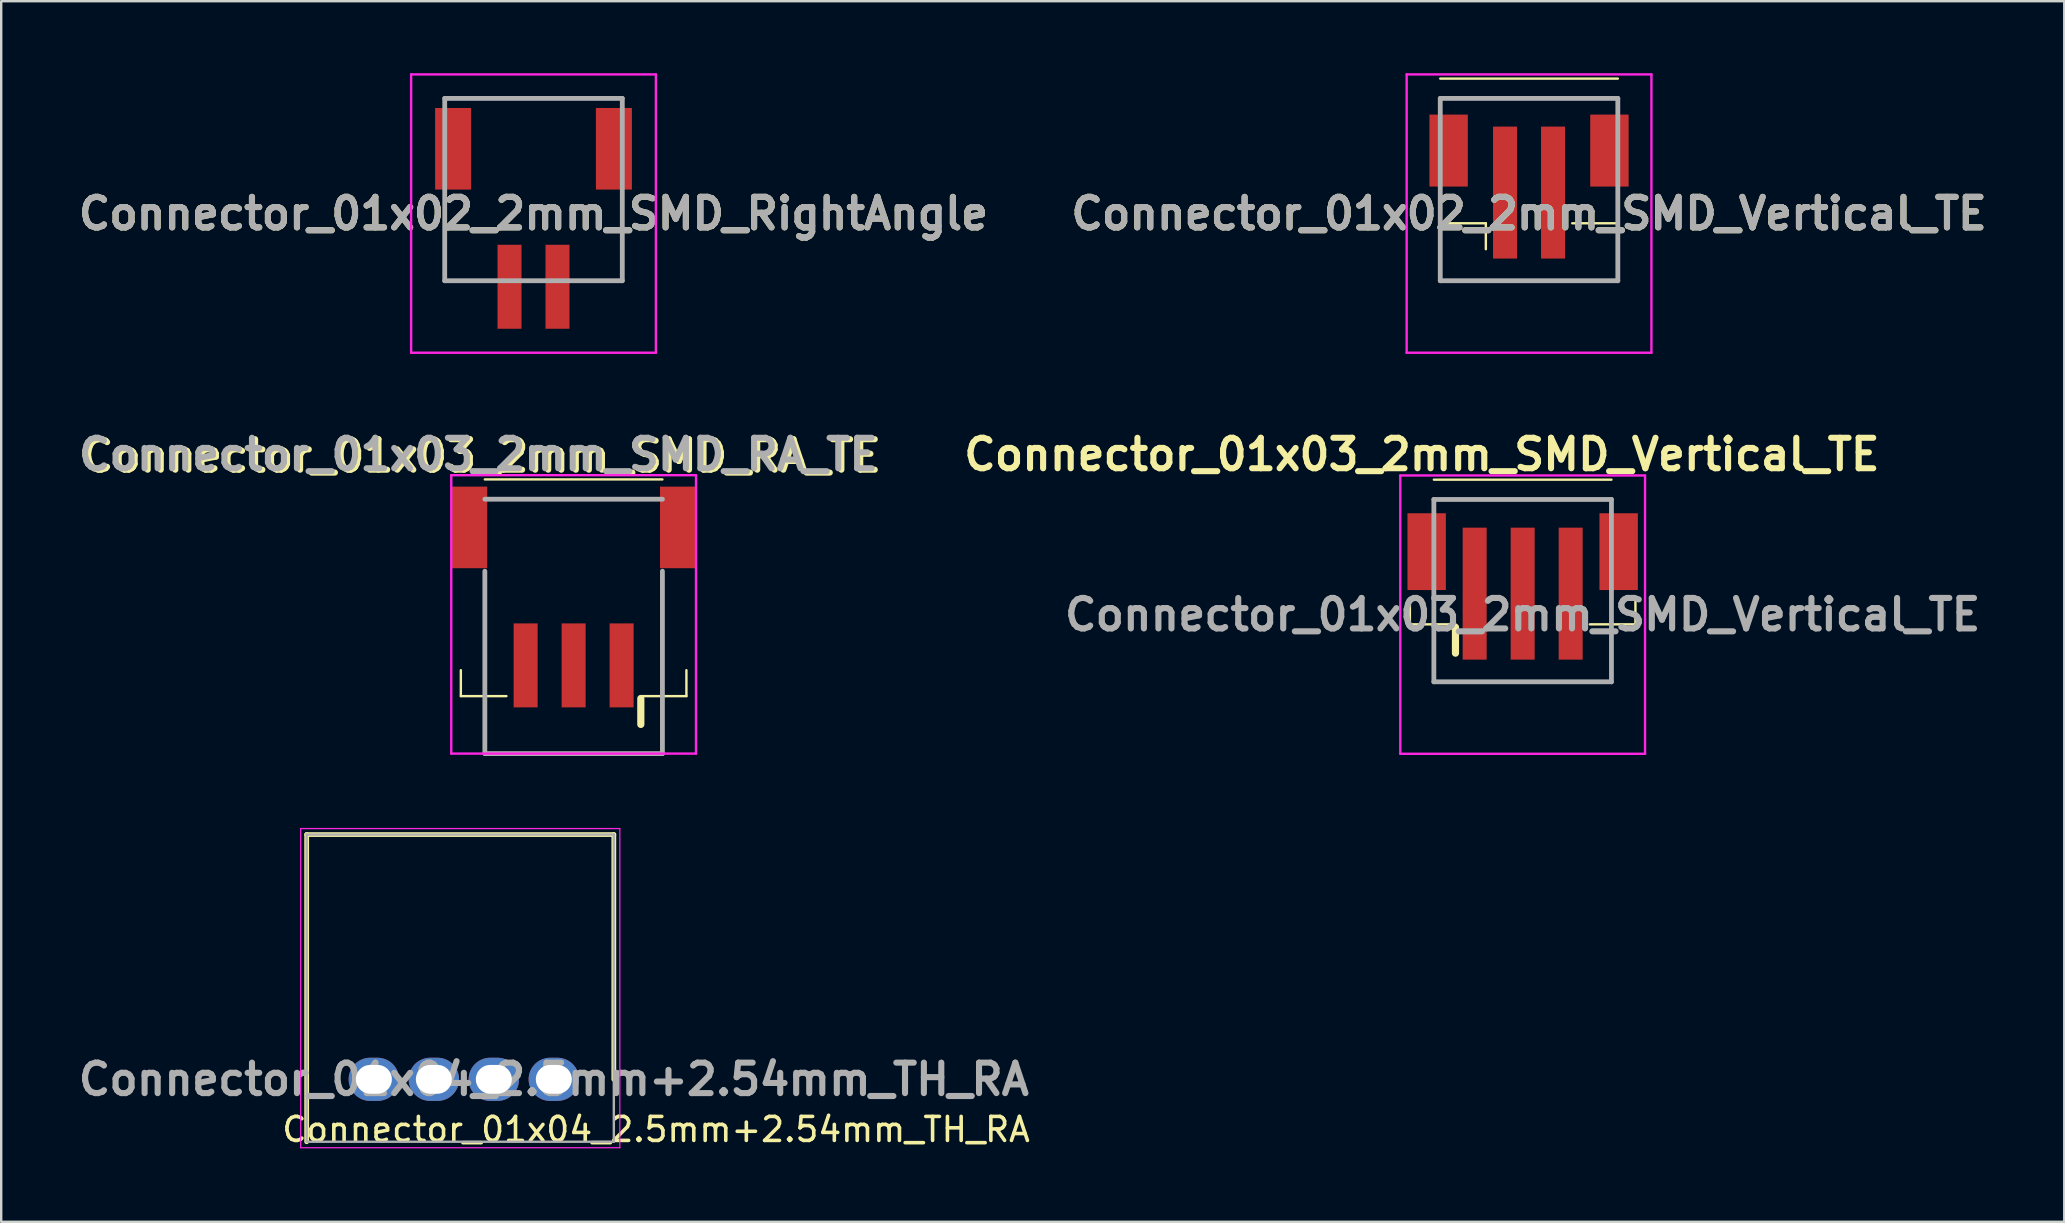
<source format=kicad_pcb>
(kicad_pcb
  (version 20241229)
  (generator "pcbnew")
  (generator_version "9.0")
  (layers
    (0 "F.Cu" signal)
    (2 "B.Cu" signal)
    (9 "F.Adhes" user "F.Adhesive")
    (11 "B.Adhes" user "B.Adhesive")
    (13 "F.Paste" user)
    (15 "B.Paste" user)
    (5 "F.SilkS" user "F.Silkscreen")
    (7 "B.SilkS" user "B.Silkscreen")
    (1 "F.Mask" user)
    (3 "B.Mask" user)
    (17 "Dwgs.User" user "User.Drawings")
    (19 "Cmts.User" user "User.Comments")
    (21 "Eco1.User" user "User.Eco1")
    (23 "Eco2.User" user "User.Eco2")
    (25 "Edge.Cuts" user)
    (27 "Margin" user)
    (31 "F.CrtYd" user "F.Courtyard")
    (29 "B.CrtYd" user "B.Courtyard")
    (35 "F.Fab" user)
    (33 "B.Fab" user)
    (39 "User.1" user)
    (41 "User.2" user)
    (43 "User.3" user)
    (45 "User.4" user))
  (footprint "Connector_01x02_2mm_SMD_RightAngle"
    (layer "F.Cu")
    (at 19.183 4.975)
    (property "Reference" "Connector_01x02_2mm_SMD_RightAngle" (at 0 0.875 0) (layer "F.SilkS") (effects (font (size 1.27 1.27) (thickness 0.254))))
    (attr smd)
    (fp_line (start -3.7 -3.925) (end 3.7 -3.925) (stroke (width 0.1) (type solid)) (layer "F.SilkS"))
    (fp_line (start -3.7 0.2) (end -3.7 3.675) (stroke (width 0.1) (type solid)) (layer "F.SilkS"))
    (fp_line (start -3.7 3.675) (end -1.8 3.675) (stroke (width 0.1) (type solid)) (layer "F.SilkS"))
    (fp_line (start 1.8 3.675) (end 3.7 3.675) (stroke (width 0.1) (type solid)) (layer "F.SilkS"))
    (fp_line (start 3.7 3.675) (end 3.7 0.2) (stroke (width 0.1) (type solid)) (layer "F.SilkS"))
    (fp_line (start -5.1 -4.925) (end 5.1 -4.925) (stroke (width 0.1) (type solid)) (layer "F.CrtYd"))
    (fp_line (start -5.1 6.675) (end -5.1 -4.925) (stroke (width 0.1) (type solid)) (layer "F.CrtYd"))
    (fp_line (start 5.1 -4.925) (end 5.1 6.675) (stroke (width 0.1) (type solid)) (layer "F.CrtYd"))
    (fp_line (start 5.1 6.675) (end -5.1 6.675) (stroke (width 0.1) (type solid)) (layer "F.CrtYd"))
    (fp_line (start -3.7 -3.925) (end 3.7 -3.925) (stroke (width 0.2) (type solid)) (layer "F.Fab"))
    (fp_line (start -3.7 3.675) (end -3.7 -3.925) (stroke (width 0.2) (type solid)) (layer "F.Fab"))
    (fp_line (start 3.7 -3.925) (end 3.7 3.675) (stroke (width 0.2) (type solid)) (layer "F.Fab"))
    (fp_line (start 3.7 3.675) (end -3.7 3.675) (stroke (width 0.2) (type solid)) (layer "F.Fab"))
    (fp_text user "${REFERENCE}" (at 0 0.875 0) (layer "F.Fab") (effects (font (size 1.27 1.27) (thickness 0.254))))
    (pad "1" smd rect (at -1 3.925) (size 1 3.5) (layers "F.Cu" "F.Mask" "F.Paste"))
    (pad "2" smd rect (at 1 3.925) (size 1 3.5) (layers "F.Cu" "F.Mask" "F.Paste"))
    (pad "MP" smd rect (at -3.35 -1.825) (size 1.5 3.4) (layers "F.Cu" "F.Mask" "F.Paste"))
    (pad "MP" smd rect (at 3.35 -1.825) (size 1.5 3.4) (layers "F.Cu" "F.Mask" "F.Paste")))
  (footprint "Connector_01x03_2mm_SMD_RA_TE"
    (layer "F.Cu")
    (at 20.855 24.679)
    (property "Reference" "Connector_01x03_2mm_SMD_RA_TE" (at -3.84 -8.73 0) (layer "F.SilkS") (effects (font (size 1.27 1.27) (thickness 0.254))))
    (attr smd)
    (fp_line (start -4.7 0.2) (end -4.7 1.28) (stroke (width 0.1) (type solid)) (layer "F.SilkS"))
    (fp_line (start -4.7 1.28) (end -2.8 1.28) (stroke (width 0.1) (type solid)) (layer "F.SilkS"))
    (fp_line (start -3.7 -7.75) (end 3.7 -7.75) (stroke (width 0.1) (type solid)) (layer "F.SilkS"))
    (fp_line (start 2.8 1.28) (end 4.7 1.28) (stroke (width 0.1) (type solid)) (layer "F.SilkS"))
    (fp_line (start 2.8 2.46) (end 2.8 1.38) (stroke (width 0.3) (type solid)) (layer "F.SilkS"))
    (fp_line (start 4.7 1.28) (end 4.7 0.2) (stroke (width 0.1) (type solid)) (layer "F.SilkS"))
    (fp_line (start -5.1 -7.925) (end 5.1 -7.925) (stroke (width 0.1) (type solid)) (layer "F.CrtYd"))
    (fp_line (start -5.1 3.675) (end -5.1 -7.925) (stroke (width 0.1) (type solid)) (layer "F.CrtYd"))
    (fp_line (start 5.1 -7.925) (end 5.1 3.675) (stroke (width 0.1) (type solid)) (layer "F.CrtYd"))
    (fp_line (start 5.1 3.675) (end -5.1 3.675) (stroke (width 0.1) (type solid)) (layer "F.CrtYd"))
    (fp_line (start -3.7 -6.925) (end 3.7 -6.925) (stroke (width 0.2) (type solid)) (layer "F.Fab"))
    (fp_line (start -3.7 3.675) (end -3.7 -3.925) (stroke (width 0.2) (type solid)) (layer "F.Fab"))
    (fp_line (start 3.7 -3.925) (end 3.7 3.675) (stroke (width 0.2) (type solid)) (layer "F.Fab"))
    (fp_line (start 3.7 3.675) (end -3.7 3.675) (stroke (width 0.2) (type solid)) (layer "F.Fab"))
    (fp_text user "${REFERENCE}" (at -3.97 -8.79 0) (layer "F.Fab") (effects (font (size 1.27 1.27) (thickness 0.254))))
    (pad "1" smd rect (at 2 0) (size 1 3.5) (layers "F.Cu" "F.Mask" "F.Paste"))
    (pad "2" smd rect (at 0 0) (size 1 3.5) (layers "F.Cu" "F.Mask" "F.Paste"))
    (pad "3" smd rect (at -2 0) (size 1 3.5) (layers "F.Cu" "F.Mask" "F.Paste"))
    (pad "MP" smd rect (at -4.35 -5.75) (size 1.5 3.4) (layers "F.Cu" "F.Mask" "F.Paste"))
    (pad "MP" smd rect (at 4.35 -5.75) (size 1.5 3.4) (layers "F.Cu" "F.Mask" "F.Paste")))
  (footprint "Connector_01x04_2.5mm+2.54mm_TH_RA"
    (layer "F.Cu")
    (at 20.03 41.929)
    (property "Reference" "Connector_01x04_2.5mm+2.54mm_TH_RA" (at 4.26 2.09 0) (layer "F.SilkS") (effects (font (size 1 1) (thickness 0.15))))
    (attr through_hole)
    (fp_line (start -10.3 -10.2) (end -10.3 2.6) (stroke (width 0.2) (type solid)) (layer "F.SilkS"))
    (fp_line (start 2.5 -10.2) (end -10.3 -10.2) (stroke (width 0.2) (type solid)) (layer "F.SilkS"))
    (fp_line (start 2.5 0) (end 2.5 -10.2) (stroke (width 0.2) (type solid)) (layer "F.SilkS"))
    (fp_line (start -10.55 -10.45) (end 2.75 -10.45) (stroke (width 0.05) (type solid)) (layer "F.CrtYd"))
    (fp_line (start -10.55 2.85) (end -10.55 -10.45) (stroke (width 0.05) (type solid)) (layer "F.CrtYd"))
    (fp_line (start 2.75 -10.45) (end 2.75 2.85) (stroke (width 0.05) (type solid)) (layer "F.CrtYd"))
    (fp_line (start 2.75 2.85) (end -10.55 2.85) (stroke (width 0.05) (type solid)) (layer "F.CrtYd"))
    (fp_line (start -10.3 -10.2) (end 2.5 -10.2) (stroke (width 0.1) (type solid)) (layer "F.Fab"))
    (fp_line (start -10.3 2.6) (end -10.3 -10.2) (stroke (width 0.1) (type solid)) (layer "F.Fab"))
    (fp_line (start 2.5 -10.2) (end 2.5 2.6) (stroke (width 0.1) (type solid)) (layer "F.Fab"))
    (fp_line (start 2.5 2.6) (end -10.3 2.6) (stroke (width 0.1) (type solid)) (layer "F.Fab"))
    (fp_text user "${REFERENCE}" (at 0 0 0) (layer "F.Fab") (effects (font (size 1.27 1.27) (thickness 0.254))))
    (pad "1" thru_hole oval (at 0 0) (size 2.1 1.8) (drill oval 1.5 1.2) (layers "*.Cu" "*.Mask"))
    (pad "2" thru_hole oval (at -2.5 0) (size 2.1 1.8) (drill oval 1.5 1.2) (layers "*.Cu" "*.Mask"))
    (pad "3" thru_hole oval (at -5 0) (size 2.1 1.8) (drill oval 1.5 1.2) (layers "*.Cu" "*.Mask"))
    (pad "4" thru_hole oval (at -7.5 0) (size 2.1 1.8) (drill oval 1.5 1.2) (layers "*.Cu" "*.Mask")))
  (footprint "Connector_01x03_2mm_SMD_Vertical_TE"
    (layer "F.Cu")
    (at 60.404 21.689)
    (property "Reference" "Connector_01x03_2mm_SMD_Vertical_TE" (at -4.2 -5.8 0) (layer "F.SilkS") (effects (font (size 1.27 1.27) (thickness 0.254))))
    (attr smd)
    (fp_line (start -4.7 0.2) (end -4.7 1.28) (stroke (width 0.1) (type solid)) (layer "F.SilkS"))
    (fp_line (start -4.7 1.28) (end -2.8 1.28) (stroke (width 0.1) (type solid)) (layer "F.SilkS"))
    (fp_line (start -3.7 -4.75) (end 3.7 -4.75) (stroke (width 0.1) (type solid)) (layer "F.SilkS"))
    (fp_line (start -2.8 2.48) (end -2.8 1.4) (stroke (width 0.3) (type solid)) (layer "F.SilkS"))
    (fp_line (start 2.8 1.28) (end 4.7 1.28) (stroke (width 0.1) (type solid)) (layer "F.SilkS"))
    (fp_line (start 4.7 1.28) (end 4.7 0.2) (stroke (width 0.1) (type solid)) (layer "F.SilkS"))
    (fp_line (start -5.1 -4.925) (end 5.1 -4.925) (stroke (width 0.1) (type solid)) (layer "F.CrtYd"))
    (fp_line (start -5.1 6.675) (end -5.1 -4.925) (stroke (width 0.1) (type solid)) (layer "F.CrtYd"))
    (fp_line (start 5.1 -4.925) (end 5.1 6.675) (stroke (width 0.1) (type solid)) (layer "F.CrtYd"))
    (fp_line (start 5.1 6.675) (end -5.1 6.675) (stroke (width 0.1) (type solid)) (layer "F.CrtYd"))
    (fp_line (start -3.7 -3.925) (end 3.7 -3.925) (stroke (width 0.2) (type solid)) (layer "F.Fab"))
    (fp_line (start -3.7 3.675) (end -3.7 -3.925) (stroke (width 0.2) (type solid)) (layer "F.Fab"))
    (fp_line (start 3.7 -3.925) (end 3.7 3.675) (stroke (width 0.2) (type solid)) (layer "F.Fab"))
    (fp_line (start 3.7 3.675) (end -3.7 3.675) (stroke (width 0.2) (type solid)) (layer "F.Fab"))
    (fp_text user "${REFERENCE}" (at 0 0.875 0) (layer "F.Fab") (effects (font (size 1.27 1.27) (thickness 0.254))))
    (pad "1" smd rect (at -2 0) (size 1 5.5) (layers "F.Cu" "F.Mask" "F.Paste"))
    (pad "2" smd rect (at 0 0) (size 1 5.5) (layers "F.Cu" "F.Mask" "F.Paste"))
    (pad "3" smd rect (at 2 0) (size 1 5.5) (layers "F.Cu" "F.Mask" "F.Paste"))
    (pad "MP" smd rect (at -4 -1.75) (size 1.6 3.2) (layers "F.Cu" "F.Mask" "F.Paste"))
    (pad "MP" smd rect (at 4 -1.75) (size 1.6 3.2) (layers "F.Cu" "F.Mask" "F.Paste")))
  (footprint "Connector_01x02_2mm_SMD_Vertical_TE"
    (layer "F.Cu")
    (at 60.67 4.975)
    (property "Reference" "Connector_01x02_2mm_SMD_Vertical_TE" (at 0 0.875 0) (layer "F.SilkS") (effects (font (size 1.27 1.27) (thickness 0.254))))
    (attr smd)
    (fp_line (start -3.7 -4.75) (end 3.7 -4.75) (stroke (width 0.1) (type solid)) (layer "F.SilkS"))
    (fp_line (start -3.7 0.2) (end -3.7 1.28) (stroke (width 0.1) (type solid)) (layer "F.SilkS"))
    (fp_line (start -3.7 1.28) (end -1.8 1.28) (stroke (width 0.1) (type solid)) (layer "F.SilkS"))
    (fp_line (start -1.8 2.36) (end -1.8 1.28) (stroke (width 0.1) (type solid)) (layer "F.SilkS"))
    (fp_line (start 1.8 1.28) (end 3.7 1.28) (stroke (width 0.1) (type solid)) (layer "F.SilkS"))
    (fp_line (start 3.7 1.28) (end 3.7 0.2) (stroke (width 0.1) (type solid)) (layer "F.SilkS"))
    (fp_line (start -5.1 -4.925) (end 5.1 -4.925) (stroke (width 0.1) (type solid)) (layer "F.CrtYd"))
    (fp_line (start -5.1 6.675) (end -5.1 -4.925) (stroke (width 0.1) (type solid)) (layer "F.CrtYd"))
    (fp_line (start 5.1 -4.925) (end 5.1 6.675) (stroke (width 0.1) (type solid)) (layer "F.CrtYd"))
    (fp_line (start 5.1 6.675) (end -5.1 6.675) (stroke (width 0.1) (type solid)) (layer "F.CrtYd"))
    (fp_line (start -3.7 -3.925) (end 3.7 -3.925) (stroke (width 0.2) (type solid)) (layer "F.Fab"))
    (fp_line (start -3.7 3.675) (end -3.7 -3.925) (stroke (width 0.2) (type solid)) (layer "F.Fab"))
    (fp_line (start 3.7 -3.925) (end 3.7 3.675) (stroke (width 0.2) (type solid)) (layer "F.Fab"))
    (fp_line (start 3.7 3.675) (end -3.7 3.675) (stroke (width 0.2) (type solid)) (layer "F.Fab"))
    (fp_text user "${REFERENCE}" (at 0 0.875 0) (layer "F.Fab") (effects (font (size 1.27 1.27) (thickness 0.254))))
    (pad "1" smd rect (at -1 0) (size 1 5.5) (layers "F.Cu" "F.Mask" "F.Paste"))
    (pad "2" smd rect (at 1 0) (size 1 5.5) (layers "F.Cu" "F.Mask" "F.Paste"))
    (pad "MP" smd rect (at -3.35 -1.75) (size 1.6 3) (layers "F.Cu" "F.Mask" "F.Paste"))
    (pad "MP" smd rect (at 3.35 -1.75) (size 1.6 3) (layers "F.Cu" "F.Mask" "F.Paste")))
  (gr_rect
    (start -3 -3)
    (end 82.974 47.867)
    (stroke (width 0.1) (type default))
    (fill no)
    (layer "Edge.Cuts")))
</source>
